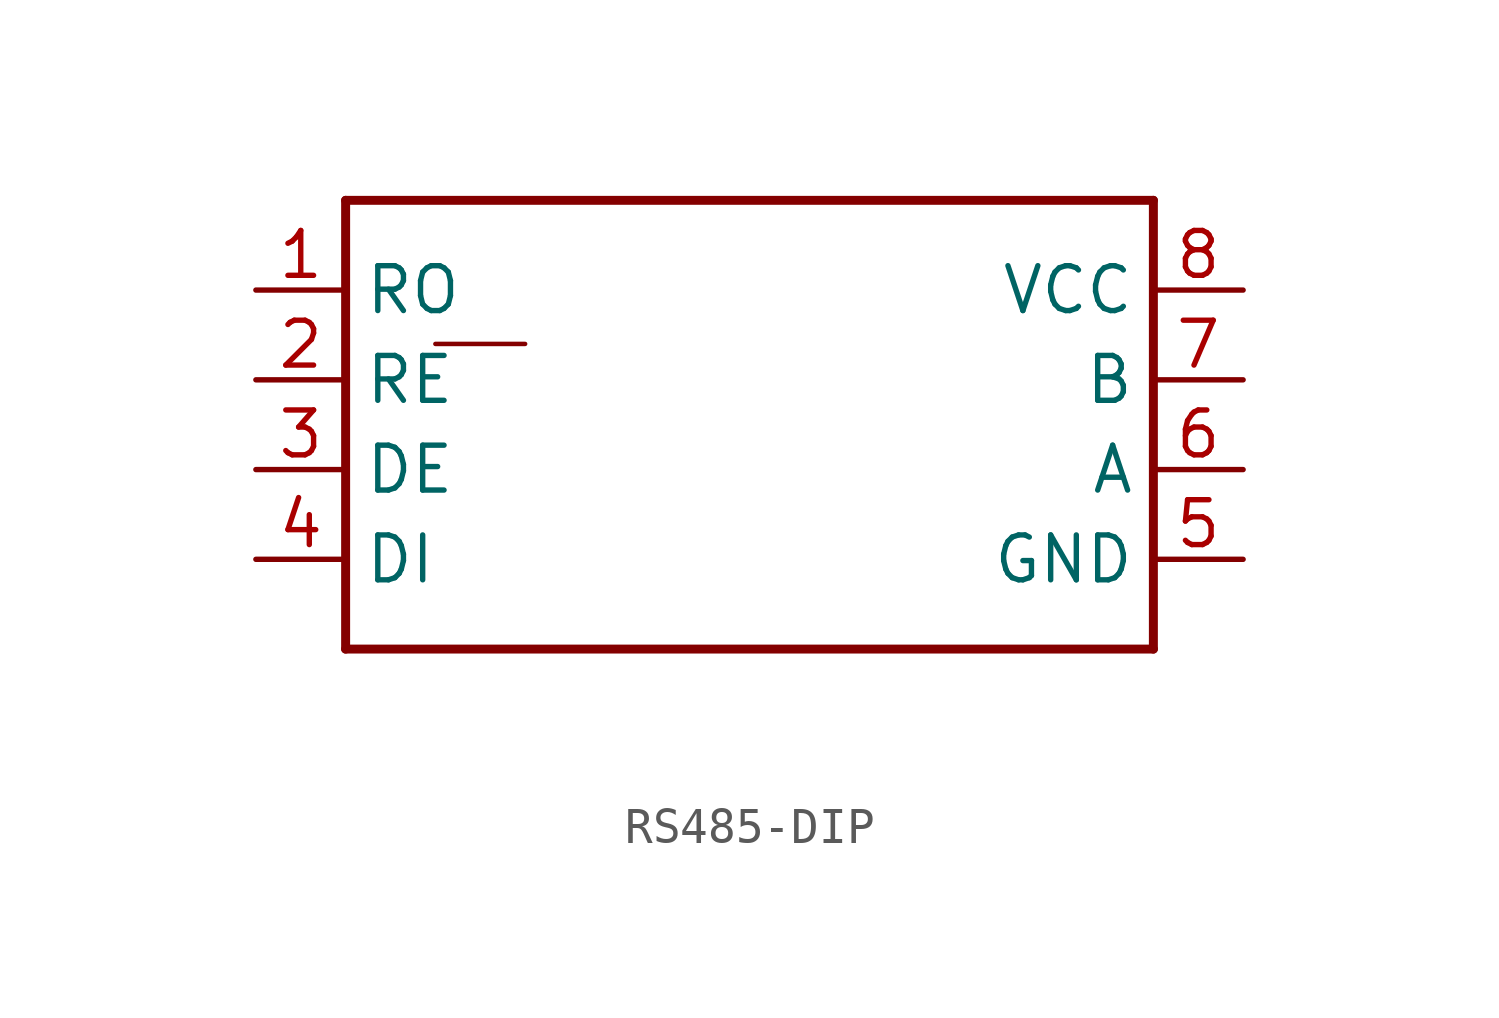
<source format=kicad_sym>
(kicad_symbol_lib
  (version 20220914)
  (generator kicad_symbol_editor)
  (symbol "RS485-DIP"
    (property "Reference" ""
      (at -11.43 7.62 0)
      (effects (font (size 1.778 1.511)) (justify left bottom) hide))
    (property "Value" ""
      (at -11.43 -8.89 0)
      (effects (font (size 1.778 1.511)) (justify left bottom)))
    (property "ki_locked" ""
      (at 0 0 0)
      (effects (font (size 1.27 1.27))))
    (symbol "RS485-DIP_1_0"
      (polyline (pts (xy -11.43 -6.35) (xy -11.43 6.35)) (stroke (width 0.254) (type solid)) (fill (type none)))
      (polyline (pts (xy -11.43 6.35) (xy 11.43 6.35)) (stroke (width 0.254) (type solid)) (fill (type none)))
      (polyline (pts (xy -8.89 2.286) (xy -6.35 2.286)) (stroke (width 0.127) (type solid)) (fill (type none)))
      (polyline (pts (xy 11.43 -6.35) (xy -11.43 -6.35)) (stroke (width 0.254) (type solid)) (fill (type none)))
      (polyline (pts (xy 11.43 6.35) (xy 11.43 -6.35)) (stroke (width 0.254) (type solid)) (fill (type none)))
      (pin bidirectional line (at -13.97 3.81 0) (length 2.54) (name "RO" (effects (font (size 1.27 1.27)))) (number "1" (effects (font (size 1.27 1.27)))))
      (pin bidirectional line (at -13.97 1.27 0) (length 2.54) (name "RE" (effects (font (size 1.27 1.27)))) (number "2" (effects (font (size 1.27 1.27)))))
      (pin bidirectional line (at -13.97 -1.27 0) (length 2.54) (name "DE" (effects (font (size 1.27 1.27)))) (number "3" (effects (font (size 1.27 1.27)))))
      (pin bidirectional line (at -13.97 -3.81 0) (length 2.54) (name "DI" (effects (font (size 1.27 1.27)))) (number "4" (effects (font (size 1.27 1.27)))))
      (pin bidirectional line (at 13.97 -3.81 180) (length 2.54) (name "GND" (effects (font (size 1.27 1.27)))) (number "5" (effects (font (size 1.27 1.27)))))
      (pin bidirectional line (at 13.97 -1.27 180) (length 2.54) (name "A" (effects (font (size 1.27 1.27)))) (number "6" (effects (font (size 1.27 1.27)))))
      (pin bidirectional line (at 13.97 1.27 180) (length 2.54) (name "B" (effects (font (size 1.27 1.27)))) (number "7" (effects (font (size 1.27 1.27)))))
      (pin bidirectional line (at 13.97 3.81 180) (length 2.54) (name "VCC" (effects (font (size 1.27 1.27)))) (number "8" (effects (font (size 1.27 1.27))))))))
</source>
